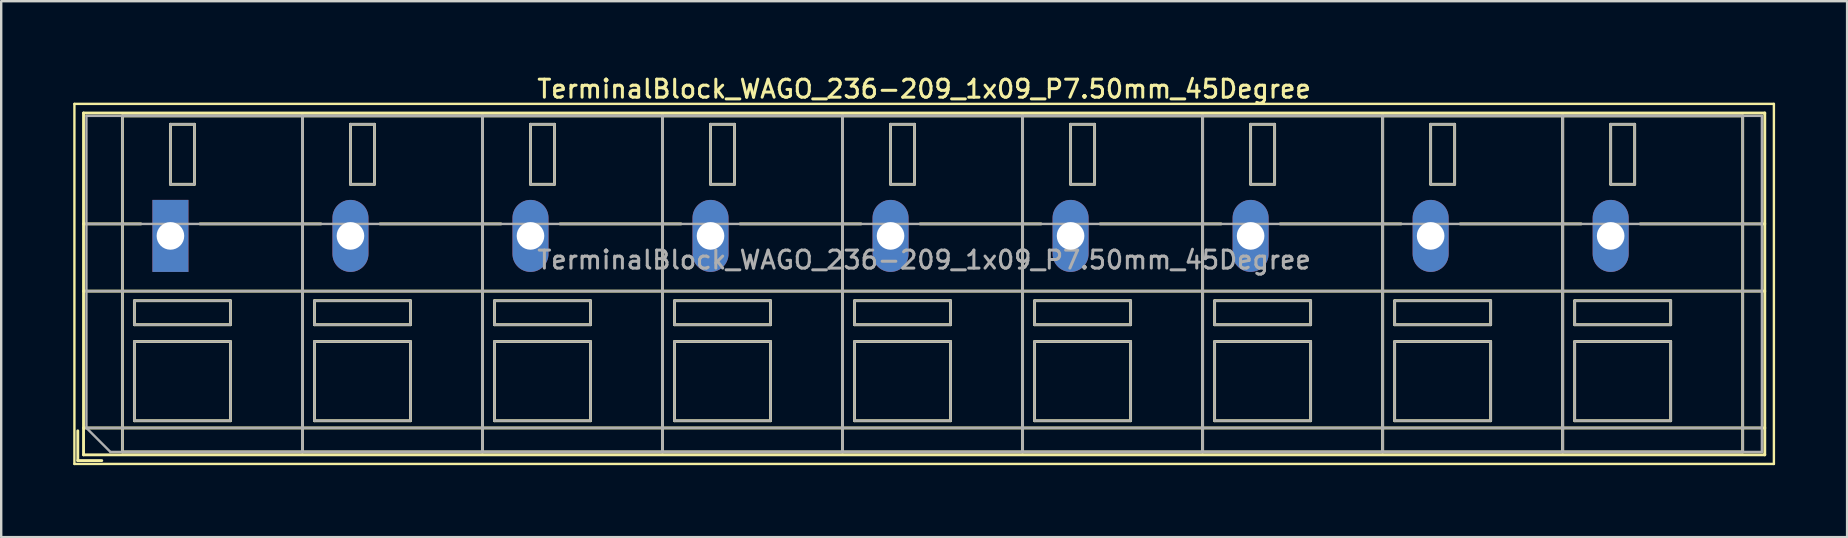
<source format=kicad_pcb>
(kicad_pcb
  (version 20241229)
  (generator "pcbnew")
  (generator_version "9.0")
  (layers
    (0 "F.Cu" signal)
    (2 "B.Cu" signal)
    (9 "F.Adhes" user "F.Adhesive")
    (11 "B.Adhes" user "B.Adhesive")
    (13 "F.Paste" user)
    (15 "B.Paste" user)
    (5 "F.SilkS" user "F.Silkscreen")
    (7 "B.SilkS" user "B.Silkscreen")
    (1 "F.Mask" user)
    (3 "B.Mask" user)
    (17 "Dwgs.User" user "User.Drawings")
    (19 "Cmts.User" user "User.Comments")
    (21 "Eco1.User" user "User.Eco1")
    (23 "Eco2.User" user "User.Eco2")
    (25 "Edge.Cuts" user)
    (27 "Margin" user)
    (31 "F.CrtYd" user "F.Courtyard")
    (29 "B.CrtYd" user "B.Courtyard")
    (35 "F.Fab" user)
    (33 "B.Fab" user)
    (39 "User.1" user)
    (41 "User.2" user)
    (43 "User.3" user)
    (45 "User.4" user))
  (footprint "TerminalBlock_WAGO_236-209_1x09_P7.50mm_45Degree"
    (layer "F.Cu")
    (at 4.05 6.778)
    (property "Reference" "TerminalBlock_WAGO_236-209_1x09_P7.50mm_45Degree" (at 31.4 -6.12 0) (layer "F.SilkS") (effects (font (size 0.75 0.75) (thickness 0.125))))
    (attr through_hole)
    (fp_line (start -4 -5.5) (end -4 9.5) (stroke (width 0.1) (type solid)) (layer "F.SilkS"))
    (fp_line (start -4 9.5) (end 66.8 9.5) (stroke (width 0.1) (type solid)) (layer "F.SilkS"))
    (fp_line (start -3.86 8.12) (end -3.86 9.36) (stroke (width 0.12) (type solid)) (layer "F.SilkS"))
    (fp_line (start -3.86 9.36) (end -2.86 9.36) (stroke (width 0.12) (type solid)) (layer "F.SilkS"))
    (fp_line (start -3.62 -5.12) (end -3.62 9.12) (stroke (width 0.12) (type solid)) (layer "F.SilkS"))
    (fp_line (start -3.62 -5.12) (end 66.42 -5.12) (stroke (width 0.12) (type solid)) (layer "F.SilkS"))
    (fp_line (start -3.62 -0.5) (end -1.23 -0.5) (stroke (width 0.12) (type solid)) (layer "F.SilkS"))
    (fp_line (start -3.62 2.3) (end 66.42 2.3) (stroke (width 0.12) (type solid)) (layer "F.SilkS"))
    (fp_line (start -3.62 8) (end 66.42 8) (stroke (width 0.12) (type solid)) (layer "F.SilkS"))
    (fp_line (start -3.62 9.12) (end 66.42 9.12) (stroke (width 0.12) (type solid)) (layer "F.SilkS"))
    (fp_line (start -2 -5) (end -2 9) (stroke (width 0.12) (type solid)) (layer "F.SilkS"))
    (fp_line (start -2 -5) (end 5.5 -5) (stroke (width 0.12) (type solid)) (layer "F.SilkS"))
    (fp_line (start -2 9) (end 5.5 9) (stroke (width 0.12) (type solid)) (layer "F.SilkS"))
    (fp_line (start -1.5 2.7) (end -1.5 3.7) (stroke (width 0.12) (type solid)) (layer "F.SilkS"))
    (fp_line (start -1.5 2.7) (end 2.5 2.7) (stroke (width 0.12) (type solid)) (layer "F.SilkS"))
    (fp_line (start -1.5 3.7) (end 2.5 3.7) (stroke (width 0.12) (type solid)) (layer "F.SilkS"))
    (fp_line (start -1.5 4.4) (end -1.5 7.7) (stroke (width 0.12) (type solid)) (layer "F.SilkS"))
    (fp_line (start -1.5 4.4) (end 2.5 4.4) (stroke (width 0.12) (type solid)) (layer "F.SilkS"))
    (fp_line (start -1.5 7.7) (end 2.5 7.7) (stroke (width 0.12) (type solid)) (layer "F.SilkS"))
    (fp_line (start 0 -4.65) (end 0 -2.151) (stroke (width 0.12) (type solid)) (layer "F.SilkS"))
    (fp_line (start 0 -4.65) (end 1 -4.65) (stroke (width 0.12) (type solid)) (layer "F.SilkS"))
    (fp_line (start 0 -2.151) (end 1 -2.151) (stroke (width 0.12) (type solid)) (layer "F.SilkS"))
    (fp_line (start 1 -4.65) (end 1 -2.151) (stroke (width 0.12) (type solid)) (layer "F.SilkS"))
    (fp_line (start 1.23 -0.5) (end 6.27 -0.5) (stroke (width 0.12) (type solid)) (layer "F.SilkS"))
    (fp_line (start 2.5 2.7) (end 2.5 3.7) (stroke (width 0.12) (type solid)) (layer "F.SilkS"))
    (fp_line (start 2.5 4.4) (end 2.5 7.7) (stroke (width 0.12) (type solid)) (layer "F.SilkS"))
    (fp_line (start 5.5 -5) (end 5.5 9) (stroke (width 0.12) (type solid)) (layer "F.SilkS"))
    (fp_line (start 5.5 -5) (end 5.5 9) (stroke (width 0.12) (type solid)) (layer "F.SilkS"))
    (fp_line (start 5.5 -5) (end 13 -5) (stroke (width 0.12) (type solid)) (layer "F.SilkS"))
    (fp_line (start 5.5 9) (end 13 9) (stroke (width 0.12) (type solid)) (layer "F.SilkS"))
    (fp_line (start 6 2.7) (end 6 3.7) (stroke (width 0.12) (type solid)) (layer "F.SilkS"))
    (fp_line (start 6 2.7) (end 10 2.7) (stroke (width 0.12) (type solid)) (layer "F.SilkS"))
    (fp_line (start 6 3.7) (end 10 3.7) (stroke (width 0.12) (type solid)) (layer "F.SilkS"))
    (fp_line (start 6 4.4) (end 6 7.7) (stroke (width 0.12) (type solid)) (layer "F.SilkS"))
    (fp_line (start 6 4.4) (end 10 4.4) (stroke (width 0.12) (type solid)) (layer "F.SilkS"))
    (fp_line (start 6 7.7) (end 10 7.7) (stroke (width 0.12) (type solid)) (layer "F.SilkS"))
    (fp_line (start 7.5 -4.65) (end 7.5 -2.151) (stroke (width 0.12) (type solid)) (layer "F.SilkS"))
    (fp_line (start 7.5 -4.65) (end 8.5 -4.65) (stroke (width 0.12) (type solid)) (layer "F.SilkS"))
    (fp_line (start 7.5 -2.151) (end 8.5 -2.151) (stroke (width 0.12) (type solid)) (layer "F.SilkS"))
    (fp_line (start 8.5 -4.65) (end 8.5 -2.151) (stroke (width 0.12) (type solid)) (layer "F.SilkS"))
    (fp_line (start 8.73 -0.5) (end 13.77 -0.5) (stroke (width 0.12) (type solid)) (layer "F.SilkS"))
    (fp_line (start 10 2.7) (end 10 3.7) (stroke (width 0.12) (type solid)) (layer "F.SilkS"))
    (fp_line (start 10 4.4) (end 10 7.7) (stroke (width 0.12) (type solid)) (layer "F.SilkS"))
    (fp_line (start 13 -5) (end 13 9) (stroke (width 0.12) (type solid)) (layer "F.SilkS"))
    (fp_line (start 13 -5) (end 13 9) (stroke (width 0.12) (type solid)) (layer "F.SilkS"))
    (fp_line (start 13 -5) (end 20.5 -5) (stroke (width 0.12) (type solid)) (layer "F.SilkS"))
    (fp_line (start 13 9) (end 20.5 9) (stroke (width 0.12) (type solid)) (layer "F.SilkS"))
    (fp_line (start 13.5 2.7) (end 13.5 3.7) (stroke (width 0.12) (type solid)) (layer "F.SilkS"))
    (fp_line (start 13.5 2.7) (end 17.5 2.7) (stroke (width 0.12) (type solid)) (layer "F.SilkS"))
    (fp_line (start 13.5 3.7) (end 17.5 3.7) (stroke (width 0.12) (type solid)) (layer "F.SilkS"))
    (fp_line (start 13.5 4.4) (end 13.5 7.7) (stroke (width 0.12) (type solid)) (layer "F.SilkS"))
    (fp_line (start 13.5 4.4) (end 17.5 4.4) (stroke (width 0.12) (type solid)) (layer "F.SilkS"))
    (fp_line (start 13.5 7.7) (end 17.5 7.7) (stroke (width 0.12) (type solid)) (layer "F.SilkS"))
    (fp_line (start 15 -4.65) (end 15 -2.151) (stroke (width 0.12) (type solid)) (layer "F.SilkS"))
    (fp_line (start 15 -4.65) (end 16 -4.65) (stroke (width 0.12) (type solid)) (layer "F.SilkS"))
    (fp_line (start 15 -2.151) (end 16 -2.151) (stroke (width 0.12) (type solid)) (layer "F.SilkS"))
    (fp_line (start 16 -4.65) (end 16 -2.151) (stroke (width 0.12) (type solid)) (layer "F.SilkS"))
    (fp_line (start 16.23 -0.5) (end 21.27 -0.5) (stroke (width 0.12) (type solid)) (layer "F.SilkS"))
    (fp_line (start 17.5 2.7) (end 17.5 3.7) (stroke (width 0.12) (type solid)) (layer "F.SilkS"))
    (fp_line (start 17.5 4.4) (end 17.5 7.7) (stroke (width 0.12) (type solid)) (layer "F.SilkS"))
    (fp_line (start 20.5 -5) (end 20.5 9) (stroke (width 0.12) (type solid)) (layer "F.SilkS"))
    (fp_line (start 20.5 -5) (end 20.5 9) (stroke (width 0.12) (type solid)) (layer "F.SilkS"))
    (fp_line (start 20.5 -5) (end 28 -5) (stroke (width 0.12) (type solid)) (layer "F.SilkS"))
    (fp_line (start 20.5 9) (end 28 9) (stroke (width 0.12) (type solid)) (layer "F.SilkS"))
    (fp_line (start 21 2.7) (end 21 3.7) (stroke (width 0.12) (type solid)) (layer "F.SilkS"))
    (fp_line (start 21 2.7) (end 25 2.7) (stroke (width 0.12) (type solid)) (layer "F.SilkS"))
    (fp_line (start 21 3.7) (end 25 3.7) (stroke (width 0.12) (type solid)) (layer "F.SilkS"))
    (fp_line (start 21 4.4) (end 21 7.7) (stroke (width 0.12) (type solid)) (layer "F.SilkS"))
    (fp_line (start 21 4.4) (end 25 4.4) (stroke (width 0.12) (type solid)) (layer "F.SilkS"))
    (fp_line (start 21 7.7) (end 25 7.7) (stroke (width 0.12) (type solid)) (layer "F.SilkS"))
    (fp_line (start 22.5 -4.65) (end 22.5 -2.151) (stroke (width 0.12) (type solid)) (layer "F.SilkS"))
    (fp_line (start 22.5 -4.65) (end 23.5 -4.65) (stroke (width 0.12) (type solid)) (layer "F.SilkS"))
    (fp_line (start 22.5 -2.151) (end 23.5 -2.151) (stroke (width 0.12) (type solid)) (layer "F.SilkS"))
    (fp_line (start 23.5 -4.65) (end 23.5 -2.151) (stroke (width 0.12) (type solid)) (layer "F.SilkS"))
    (fp_line (start 23.73 -0.5) (end 28.77 -0.5) (stroke (width 0.12) (type solid)) (layer "F.SilkS"))
    (fp_line (start 25 2.7) (end 25 3.7) (stroke (width 0.12) (type solid)) (layer "F.SilkS"))
    (fp_line (start 25 4.4) (end 25 7.7) (stroke (width 0.12) (type solid)) (layer "F.SilkS"))
    (fp_line (start 28 -5) (end 28 9) (stroke (width 0.12) (type solid)) (layer "F.SilkS"))
    (fp_line (start 28 -5) (end 28 9) (stroke (width 0.12) (type solid)) (layer "F.SilkS"))
    (fp_line (start 28 -5) (end 35.5 -5) (stroke (width 0.12) (type solid)) (layer "F.SilkS"))
    (fp_line (start 28 9) (end 35.5 9) (stroke (width 0.12) (type solid)) (layer "F.SilkS"))
    (fp_line (start 28.5 2.7) (end 28.5 3.7) (stroke (width 0.12) (type solid)) (layer "F.SilkS"))
    (fp_line (start 28.5 2.7) (end 32.5 2.7) (stroke (width 0.12) (type solid)) (layer "F.SilkS"))
    (fp_line (start 28.5 3.7) (end 32.5 3.7) (stroke (width 0.12) (type solid)) (layer "F.SilkS"))
    (fp_line (start 28.5 4.4) (end 28.5 7.7) (stroke (width 0.12) (type solid)) (layer "F.SilkS"))
    (fp_line (start 28.5 4.4) (end 32.5 4.4) (stroke (width 0.12) (type solid)) (layer "F.SilkS"))
    (fp_line (start 28.5 7.7) (end 32.5 7.7) (stroke (width 0.12) (type solid)) (layer "F.SilkS"))
    (fp_line (start 30 -4.65) (end 30 -2.151) (stroke (width 0.12) (type solid)) (layer "F.SilkS"))
    (fp_line (start 30 -4.65) (end 31 -4.65) (stroke (width 0.12) (type solid)) (layer "F.SilkS"))
    (fp_line (start 30 -2.151) (end 31 -2.151) (stroke (width 0.12) (type solid)) (layer "F.SilkS"))
    (fp_line (start 31 -4.65) (end 31 -2.151) (stroke (width 0.12) (type solid)) (layer "F.SilkS"))
    (fp_line (start 31.23 -0.5) (end 36.27 -0.5) (stroke (width 0.12) (type solid)) (layer "F.SilkS"))
    (fp_line (start 32.5 2.7) (end 32.5 3.7) (stroke (width 0.12) (type solid)) (layer "F.SilkS"))
    (fp_line (start 32.5 4.4) (end 32.5 7.7) (stroke (width 0.12) (type solid)) (layer "F.SilkS"))
    (fp_line (start 35.5 -5) (end 35.5 9) (stroke (width 0.12) (type solid)) (layer "F.SilkS"))
    (fp_line (start 35.5 -5) (end 35.5 9) (stroke (width 0.12) (type solid)) (layer "F.SilkS"))
    (fp_line (start 35.5 -5) (end 43 -5) (stroke (width 0.12) (type solid)) (layer "F.SilkS"))
    (fp_line (start 35.5 9) (end 43 9) (stroke (width 0.12) (type solid)) (layer "F.SilkS"))
    (fp_line (start 36 2.7) (end 36 3.7) (stroke (width 0.12) (type solid)) (layer "F.SilkS"))
    (fp_line (start 36 2.7) (end 40 2.7) (stroke (width 0.12) (type solid)) (layer "F.SilkS"))
    (fp_line (start 36 3.7) (end 40 3.7) (stroke (width 0.12) (type solid)) (layer "F.SilkS"))
    (fp_line (start 36 4.4) (end 36 7.7) (stroke (width 0.12) (type solid)) (layer "F.SilkS"))
    (fp_line (start 36 4.4) (end 40 4.4) (stroke (width 0.12) (type solid)) (layer "F.SilkS"))
    (fp_line (start 36 7.7) (end 40 7.7) (stroke (width 0.12) (type solid)) (layer "F.SilkS"))
    (fp_line (start 37.5 -4.65) (end 37.5 -2.151) (stroke (width 0.12) (type solid)) (layer "F.SilkS"))
    (fp_line (start 37.5 -4.65) (end 38.5 -4.65) (stroke (width 0.12) (type solid)) (layer "F.SilkS"))
    (fp_line (start 37.5 -2.151) (end 38.5 -2.151) (stroke (width 0.12) (type solid)) (layer "F.SilkS"))
    (fp_line (start 38.5 -4.65) (end 38.5 -2.151) (stroke (width 0.12) (type solid)) (layer "F.SilkS"))
    (fp_line (start 38.73 -0.5) (end 43.77 -0.5) (stroke (width 0.12) (type solid)) (layer "F.SilkS"))
    (fp_line (start 40 2.7) (end 40 3.7) (stroke (width 0.12) (type solid)) (layer "F.SilkS"))
    (fp_line (start 40 4.4) (end 40 7.7) (stroke (width 0.12) (type solid)) (layer "F.SilkS"))
    (fp_line (start 43 -5) (end 43 9) (stroke (width 0.12) (type solid)) (layer "F.SilkS"))
    (fp_line (start 43 -5) (end 43 9) (stroke (width 0.12) (type solid)) (layer "F.SilkS"))
    (fp_line (start 43 -5) (end 50.5 -5) (stroke (width 0.12) (type solid)) (layer "F.SilkS"))
    (fp_line (start 43 9) (end 50.5 9) (stroke (width 0.12) (type solid)) (layer "F.SilkS"))
    (fp_line (start 43.5 2.7) (end 43.5 3.7) (stroke (width 0.12) (type solid)) (layer "F.SilkS"))
    (fp_line (start 43.5 2.7) (end 47.5 2.7) (stroke (width 0.12) (type solid)) (layer "F.SilkS"))
    (fp_line (start 43.5 3.7) (end 47.5 3.7) (stroke (width 0.12) (type solid)) (layer "F.SilkS"))
    (fp_line (start 43.5 4.4) (end 43.5 7.7) (stroke (width 0.12) (type solid)) (layer "F.SilkS"))
    (fp_line (start 43.5 4.4) (end 47.5 4.4) (stroke (width 0.12) (type solid)) (layer "F.SilkS"))
    (fp_line (start 43.5 7.7) (end 47.5 7.7) (stroke (width 0.12) (type solid)) (layer "F.SilkS"))
    (fp_line (start 45 -4.65) (end 45 -2.151) (stroke (width 0.12) (type solid)) (layer "F.SilkS"))
    (fp_line (start 45 -4.65) (end 46 -4.65) (stroke (width 0.12) (type solid)) (layer "F.SilkS"))
    (fp_line (start 45 -2.151) (end 46 -2.151) (stroke (width 0.12) (type solid)) (layer "F.SilkS"))
    (fp_line (start 46 -4.65) (end 46 -2.151) (stroke (width 0.12) (type solid)) (layer "F.SilkS"))
    (fp_line (start 46.23 -0.5) (end 51.27 -0.5) (stroke (width 0.12) (type solid)) (layer "F.SilkS"))
    (fp_line (start 47.5 2.7) (end 47.5 3.7) (stroke (width 0.12) (type solid)) (layer "F.SilkS"))
    (fp_line (start 47.5 4.4) (end 47.5 7.7) (stroke (width 0.12) (type solid)) (layer "F.SilkS"))
    (fp_line (start 50.5 -5) (end 50.5 9) (stroke (width 0.12) (type solid)) (layer "F.SilkS"))
    (fp_line (start 50.5 -5) (end 50.5 9) (stroke (width 0.12) (type solid)) (layer "F.SilkS"))
    (fp_line (start 50.5 -5) (end 58 -5) (stroke (width 0.12) (type solid)) (layer "F.SilkS"))
    (fp_line (start 50.5 9) (end 58 9) (stroke (width 0.12) (type solid)) (layer "F.SilkS"))
    (fp_line (start 51 2.7) (end 51 3.7) (stroke (width 0.12) (type solid)) (layer "F.SilkS"))
    (fp_line (start 51 2.7) (end 55 2.7) (stroke (width 0.12) (type solid)) (layer "F.SilkS"))
    (fp_line (start 51 3.7) (end 55 3.7) (stroke (width 0.12) (type solid)) (layer "F.SilkS"))
    (fp_line (start 51 4.4) (end 51 7.7) (stroke (width 0.12) (type solid)) (layer "F.SilkS"))
    (fp_line (start 51 4.4) (end 55 4.4) (stroke (width 0.12) (type solid)) (layer "F.SilkS"))
    (fp_line (start 51 7.7) (end 55 7.7) (stroke (width 0.12) (type solid)) (layer "F.SilkS"))
    (fp_line (start 52.5 -4.65) (end 52.5 -2.151) (stroke (width 0.12) (type solid)) (layer "F.SilkS"))
    (fp_line (start 52.5 -4.65) (end 53.5 -4.65) (stroke (width 0.12) (type solid)) (layer "F.SilkS"))
    (fp_line (start 52.5 -2.151) (end 53.5 -2.151) (stroke (width 0.12) (type solid)) (layer "F.SilkS"))
    (fp_line (start 53.5 -4.65) (end 53.5 -2.151) (stroke (width 0.12) (type solid)) (layer "F.SilkS"))
    (fp_line (start 53.73 -0.5) (end 58.77 -0.5) (stroke (width 0.12) (type solid)) (layer "F.SilkS"))
    (fp_line (start 55 2.7) (end 55 3.7) (stroke (width 0.12) (type solid)) (layer "F.SilkS"))
    (fp_line (start 55 4.4) (end 55 7.7) (stroke (width 0.12) (type solid)) (layer "F.SilkS"))
    (fp_line (start 58 -5) (end 58 9) (stroke (width 0.12) (type solid)) (layer "F.SilkS"))
    (fp_line (start 58 -5) (end 58 9) (stroke (width 0.12) (type solid)) (layer "F.SilkS"))
    (fp_line (start 58 -5) (end 65.5 -5) (stroke (width 0.12) (type solid)) (layer "F.SilkS"))
    (fp_line (start 58 9) (end 65.5 9) (stroke (width 0.12) (type solid)) (layer "F.SilkS"))
    (fp_line (start 58.5 2.7) (end 58.5 3.7) (stroke (width 0.12) (type solid)) (layer "F.SilkS"))
    (fp_line (start 58.5 2.7) (end 62.5 2.7) (stroke (width 0.12) (type solid)) (layer "F.SilkS"))
    (fp_line (start 58.5 3.7) (end 62.5 3.7) (stroke (width 0.12) (type solid)) (layer "F.SilkS"))
    (fp_line (start 58.5 4.4) (end 58.5 7.7) (stroke (width 0.12) (type solid)) (layer "F.SilkS"))
    (fp_line (start 58.5 4.4) (end 62.5 4.4) (stroke (width 0.12) (type solid)) (layer "F.SilkS"))
    (fp_line (start 58.5 7.7) (end 62.5 7.7) (stroke (width 0.12) (type solid)) (layer "F.SilkS"))
    (fp_line (start 60 -4.65) (end 60 -2.151) (stroke (width 0.12) (type solid)) (layer "F.SilkS"))
    (fp_line (start 60 -4.65) (end 61 -4.65) (stroke (width 0.12) (type solid)) (layer "F.SilkS"))
    (fp_line (start 60 -2.151) (end 61 -2.151) (stroke (width 0.12) (type solid)) (layer "F.SilkS"))
    (fp_line (start 61 -4.65) (end 61 -2.151) (stroke (width 0.12) (type solid)) (layer "F.SilkS"))
    (fp_line (start 61.23 -0.5) (end 66.42 -0.5) (stroke (width 0.12) (type solid)) (layer "F.SilkS"))
    (fp_line (start 62.5 2.7) (end 62.5 3.7) (stroke (width 0.12) (type solid)) (layer "F.SilkS"))
    (fp_line (start 62.5 4.4) (end 62.5 7.7) (stroke (width 0.12) (type solid)) (layer "F.SilkS"))
    (fp_line (start 65.5 -5) (end 65.5 9) (stroke (width 0.12) (type solid)) (layer "F.SilkS"))
    (fp_line (start 66.42 -5.12) (end 66.42 9.12) (stroke (width 0.12) (type solid)) (layer "F.SilkS"))
    (fp_line (start 66.8 -5.5) (end -4 -5.5) (stroke (width 0.1) (type solid)) (layer "F.SilkS"))
    (fp_line (start 66.8 9.5) (end 66.8 -5.5) (stroke (width 0.1) (type solid)) (layer "F.SilkS"))
    (fp_line (start -3.5 -5) (end 66.3 -5) (stroke (width 0.1) (type solid)) (layer "F.Fab"))
    (fp_line (start -3.5 -0.5) (end 66.3 -0.5) (stroke (width 0.1) (type solid)) (layer "F.Fab"))
    (fp_line (start -3.5 2.3) (end 66.3 2.3) (stroke (width 0.1) (type solid)) (layer "F.Fab"))
    (fp_line (start -3.5 8) (end -3.5 -5) (stroke (width 0.1) (type solid)) (layer "F.Fab"))
    (fp_line (start -3.5 8) (end 66.3 8) (stroke (width 0.1) (type solid)) (layer "F.Fab"))
    (fp_line (start -2.5 9) (end -3.5 8) (stroke (width 0.1) (type solid)) (layer "F.Fab"))
    (fp_line (start -2 -5) (end -2 9) (stroke (width 0.1) (type solid)) (layer "F.Fab"))
    (fp_line (start -2 9) (end 5.5 9) (stroke (width 0.1) (type solid)) (layer "F.Fab"))
    (fp_line (start -1.5 2.7) (end -1.5 3.7) (stroke (width 0.1) (type solid)) (layer "F.Fab"))
    (fp_line (start -1.5 3.7) (end 2.5 3.7) (stroke (width 0.1) (type solid)) (layer "F.Fab"))
    (fp_line (start -1.5 4.4) (end -1.5 7.7) (stroke (width 0.1) (type solid)) (layer "F.Fab"))
    (fp_line (start -1.5 7.7) (end 2.5 7.7) (stroke (width 0.1) (type solid)) (layer "F.Fab"))
    (fp_line (start 0 -4.65) (end 0 -2.15) (stroke (width 0.1) (type solid)) (layer "F.Fab"))
    (fp_line (start 0 -2.15) (end 1 -2.15) (stroke (width 0.1) (type solid)) (layer "F.Fab"))
    (fp_line (start 1 -4.65) (end 0 -4.65) (stroke (width 0.1) (type solid)) (layer "F.Fab"))
    (fp_line (start 1 -2.15) (end 1 -4.65) (stroke (width 0.1) (type solid)) (layer "F.Fab"))
    (fp_line (start 2.5 2.7) (end -1.5 2.7) (stroke (width 0.1) (type solid)) (layer "F.Fab"))
    (fp_line (start 2.5 3.7) (end 2.5 2.7) (stroke (width 0.1) (type solid)) (layer "F.Fab"))
    (fp_line (start 2.5 4.4) (end -1.5 4.4) (stroke (width 0.1) (type solid)) (layer "F.Fab"))
    (fp_line (start 2.5 7.7) (end 2.5 4.4) (stroke (width 0.1) (type solid)) (layer "F.Fab"))
    (fp_line (start 5.5 -5) (end -2 -5) (stroke (width 0.1) (type solid)) (layer "F.Fab"))
    (fp_line (start 5.5 -5) (end 5.5 9) (stroke (width 0.1) (type solid)) (layer "F.Fab"))
    (fp_line (start 5.5 9) (end 5.5 -5) (stroke (width 0.1) (type solid)) (layer "F.Fab"))
    (fp_line (start 5.5 9) (end 13 9) (stroke (width 0.1) (type solid)) (layer "F.Fab"))
    (fp_line (start 6 2.7) (end 6 3.7) (stroke (width 0.1) (type solid)) (layer "F.Fab"))
    (fp_line (start 6 3.7) (end 10 3.7) (stroke (width 0.1) (type solid)) (layer "F.Fab"))
    (fp_line (start 6 4.4) (end 6 7.7) (stroke (width 0.1) (type solid)) (layer "F.Fab"))
    (fp_line (start 6 7.7) (end 10 7.7) (stroke (width 0.1) (type solid)) (layer "F.Fab"))
    (fp_line (start 7.5 -4.65) (end 7.5 -2.15) (stroke (width 0.1) (type solid)) (layer "F.Fab"))
    (fp_line (start 7.5 -2.15) (end 8.5 -2.15) (stroke (width 0.1) (type solid)) (layer "F.Fab"))
    (fp_line (start 8.5 -4.65) (end 7.5 -4.65) (stroke (width 0.1) (type solid)) (layer "F.Fab"))
    (fp_line (start 8.5 -2.15) (end 8.5 -4.65) (stroke (width 0.1) (type solid)) (layer "F.Fab"))
    (fp_line (start 10 2.7) (end 6 2.7) (stroke (width 0.1) (type solid)) (layer "F.Fab"))
    (fp_line (start 10 3.7) (end 10 2.7) (stroke (width 0.1) (type solid)) (layer "F.Fab"))
    (fp_line (start 10 4.4) (end 6 4.4) (stroke (width 0.1) (type solid)) (layer "F.Fab"))
    (fp_line (start 10 7.7) (end 10 4.4) (stroke (width 0.1) (type solid)) (layer "F.Fab"))
    (fp_line (start 13 -5) (end 5.5 -5) (stroke (width 0.1) (type solid)) (layer "F.Fab"))
    (fp_line (start 13 -5) (end 13 9) (stroke (width 0.1) (type solid)) (layer "F.Fab"))
    (fp_line (start 13 9) (end 13 -5) (stroke (width 0.1) (type solid)) (layer "F.Fab"))
    (fp_line (start 13 9) (end 20.5 9) (stroke (width 0.1) (type solid)) (layer "F.Fab"))
    (fp_line (start 13.5 2.7) (end 13.5 3.7) (stroke (width 0.1) (type solid)) (layer "F.Fab"))
    (fp_line (start 13.5 3.7) (end 17.5 3.7) (stroke (width 0.1) (type solid)) (layer "F.Fab"))
    (fp_line (start 13.5 4.4) (end 13.5 7.7) (stroke (width 0.1) (type solid)) (layer "F.Fab"))
    (fp_line (start 13.5 7.7) (end 17.5 7.7) (stroke (width 0.1) (type solid)) (layer "F.Fab"))
    (fp_line (start 15 -4.65) (end 15 -2.15) (stroke (width 0.1) (type solid)) (layer "F.Fab"))
    (fp_line (start 15 -2.15) (end 16 -2.15) (stroke (width 0.1) (type solid)) (layer "F.Fab"))
    (fp_line (start 16 -4.65) (end 15 -4.65) (stroke (width 0.1) (type solid)) (layer "F.Fab"))
    (fp_line (start 16 -2.15) (end 16 -4.65) (stroke (width 0.1) (type solid)) (layer "F.Fab"))
    (fp_line (start 17.5 2.7) (end 13.5 2.7) (stroke (width 0.1) (type solid)) (layer "F.Fab"))
    (fp_line (start 17.5 3.7) (end 17.5 2.7) (stroke (width 0.1) (type solid)) (layer "F.Fab"))
    (fp_line (start 17.5 4.4) (end 13.5 4.4) (stroke (width 0.1) (type solid)) (layer "F.Fab"))
    (fp_line (start 17.5 7.7) (end 17.5 4.4) (stroke (width 0.1) (type solid)) (layer "F.Fab"))
    (fp_line (start 20.5 -5) (end 13 -5) (stroke (width 0.1) (type solid)) (layer "F.Fab"))
    (fp_line (start 20.5 -5) (end 20.5 9) (stroke (width 0.1) (type solid)) (layer "F.Fab"))
    (fp_line (start 20.5 9) (end 20.5 -5) (stroke (width 0.1) (type solid)) (layer "F.Fab"))
    (fp_line (start 20.5 9) (end 28 9) (stroke (width 0.1) (type solid)) (layer "F.Fab"))
    (fp_line (start 21 2.7) (end 21 3.7) (stroke (width 0.1) (type solid)) (layer "F.Fab"))
    (fp_line (start 21 3.7) (end 25 3.7) (stroke (width 0.1) (type solid)) (layer "F.Fab"))
    (fp_line (start 21 4.4) (end 21 7.7) (stroke (width 0.1) (type solid)) (layer "F.Fab"))
    (fp_line (start 21 7.7) (end 25 7.7) (stroke (width 0.1) (type solid)) (layer "F.Fab"))
    (fp_line (start 22.5 -4.65) (end 22.5 -2.15) (stroke (width 0.1) (type solid)) (layer "F.Fab"))
    (fp_line (start 22.5 -2.15) (end 23.5 -2.15) (stroke (width 0.1) (type solid)) (layer "F.Fab"))
    (fp_line (start 23.5 -4.65) (end 22.5 -4.65) (stroke (width 0.1) (type solid)) (layer "F.Fab"))
    (fp_line (start 23.5 -2.15) (end 23.5 -4.65) (stroke (width 0.1) (type solid)) (layer "F.Fab"))
    (fp_line (start 25 2.7) (end 21 2.7) (stroke (width 0.1) (type solid)) (layer "F.Fab"))
    (fp_line (start 25 3.7) (end 25 2.7) (stroke (width 0.1) (type solid)) (layer "F.Fab"))
    (fp_line (start 25 4.4) (end 21 4.4) (stroke (width 0.1) (type solid)) (layer "F.Fab"))
    (fp_line (start 25 7.7) (end 25 4.4) (stroke (width 0.1) (type solid)) (layer "F.Fab"))
    (fp_line (start 28 -5) (end 20.5 -5) (stroke (width 0.1) (type solid)) (layer "F.Fab"))
    (fp_line (start 28 -5) (end 28 9) (stroke (width 0.1) (type solid)) (layer "F.Fab"))
    (fp_line (start 28 9) (end 28 -5) (stroke (width 0.1) (type solid)) (layer "F.Fab"))
    (fp_line (start 28 9) (end 35.5 9) (stroke (width 0.1) (type solid)) (layer "F.Fab"))
    (fp_line (start 28.5 2.7) (end 28.5 3.7) (stroke (width 0.1) (type solid)) (layer "F.Fab"))
    (fp_line (start 28.5 3.7) (end 32.5 3.7) (stroke (width 0.1) (type solid)) (layer "F.Fab"))
    (fp_line (start 28.5 4.4) (end 28.5 7.7) (stroke (width 0.1) (type solid)) (layer "F.Fab"))
    (fp_line (start 28.5 7.7) (end 32.5 7.7) (stroke (width 0.1) (type solid)) (layer "F.Fab"))
    (fp_line (start 30 -4.65) (end 30 -2.15) (stroke (width 0.1) (type solid)) (layer "F.Fab"))
    (fp_line (start 30 -2.15) (end 31 -2.15) (stroke (width 0.1) (type solid)) (layer "F.Fab"))
    (fp_line (start 31 -4.65) (end 30 -4.65) (stroke (width 0.1) (type solid)) (layer "F.Fab"))
    (fp_line (start 31 -2.15) (end 31 -4.65) (stroke (width 0.1) (type solid)) (layer "F.Fab"))
    (fp_line (start 32.5 2.7) (end 28.5 2.7) (stroke (width 0.1) (type solid)) (layer "F.Fab"))
    (fp_line (start 32.5 3.7) (end 32.5 2.7) (stroke (width 0.1) (type solid)) (layer "F.Fab"))
    (fp_line (start 32.5 4.4) (end 28.5 4.4) (stroke (width 0.1) (type solid)) (layer "F.Fab"))
    (fp_line (start 32.5 7.7) (end 32.5 4.4) (stroke (width 0.1) (type solid)) (layer "F.Fab"))
    (fp_line (start 35.5 -5) (end 28 -5) (stroke (width 0.1) (type solid)) (layer "F.Fab"))
    (fp_line (start 35.5 -5) (end 35.5 9) (stroke (width 0.1) (type solid)) (layer "F.Fab"))
    (fp_line (start 35.5 9) (end 35.5 -5) (stroke (width 0.1) (type solid)) (layer "F.Fab"))
    (fp_line (start 35.5 9) (end 43 9) (stroke (width 0.1) (type solid)) (layer "F.Fab"))
    (fp_line (start 36 2.7) (end 36 3.7) (stroke (width 0.1) (type solid)) (layer "F.Fab"))
    (fp_line (start 36 3.7) (end 40 3.7) (stroke (width 0.1) (type solid)) (layer "F.Fab"))
    (fp_line (start 36 4.4) (end 36 7.7) (stroke (width 0.1) (type solid)) (layer "F.Fab"))
    (fp_line (start 36 7.7) (end 40 7.7) (stroke (width 0.1) (type solid)) (layer "F.Fab"))
    (fp_line (start 37.5 -4.65) (end 37.5 -2.15) (stroke (width 0.1) (type solid)) (layer "F.Fab"))
    (fp_line (start 37.5 -2.15) (end 38.5 -2.15) (stroke (width 0.1) (type solid)) (layer "F.Fab"))
    (fp_line (start 38.5 -4.65) (end 37.5 -4.65) (stroke (width 0.1) (type solid)) (layer "F.Fab"))
    (fp_line (start 38.5 -2.15) (end 38.5 -4.65) (stroke (width 0.1) (type solid)) (layer "F.Fab"))
    (fp_line (start 40 2.7) (end 36 2.7) (stroke (width 0.1) (type solid)) (layer "F.Fab"))
    (fp_line (start 40 3.7) (end 40 2.7) (stroke (width 0.1) (type solid)) (layer "F.Fab"))
    (fp_line (start 40 4.4) (end 36 4.4) (stroke (width 0.1) (type solid)) (layer "F.Fab"))
    (fp_line (start 40 7.7) (end 40 4.4) (stroke (width 0.1) (type solid)) (layer "F.Fab"))
    (fp_line (start 43 -5) (end 35.5 -5) (stroke (width 0.1) (type solid)) (layer "F.Fab"))
    (fp_line (start 43 -5) (end 43 9) (stroke (width 0.1) (type solid)) (layer "F.Fab"))
    (fp_line (start 43 9) (end 43 -5) (stroke (width 0.1) (type solid)) (layer "F.Fab"))
    (fp_line (start 43 9) (end 50.5 9) (stroke (width 0.1) (type solid)) (layer "F.Fab"))
    (fp_line (start 43.5 2.7) (end 43.5 3.7) (stroke (width 0.1) (type solid)) (layer "F.Fab"))
    (fp_line (start 43.5 3.7) (end 47.5 3.7) (stroke (width 0.1) (type solid)) (layer "F.Fab"))
    (fp_line (start 43.5 4.4) (end 43.5 7.7) (stroke (width 0.1) (type solid)) (layer "F.Fab"))
    (fp_line (start 43.5 7.7) (end 47.5 7.7) (stroke (width 0.1) (type solid)) (layer "F.Fab"))
    (fp_line (start 45 -4.65) (end 45 -2.15) (stroke (width 0.1) (type solid)) (layer "F.Fab"))
    (fp_line (start 45 -2.15) (end 46 -2.15) (stroke (width 0.1) (type solid)) (layer "F.Fab"))
    (fp_line (start 46 -4.65) (end 45 -4.65) (stroke (width 0.1) (type solid)) (layer "F.Fab"))
    (fp_line (start 46 -2.15) (end 46 -4.65) (stroke (width 0.1) (type solid)) (layer "F.Fab"))
    (fp_line (start 47.5 2.7) (end 43.5 2.7) (stroke (width 0.1) (type solid)) (layer "F.Fab"))
    (fp_line (start 47.5 3.7) (end 47.5 2.7) (stroke (width 0.1) (type solid)) (layer "F.Fab"))
    (fp_line (start 47.5 4.4) (end 43.5 4.4) (stroke (width 0.1) (type solid)) (layer "F.Fab"))
    (fp_line (start 47.5 7.7) (end 47.5 4.4) (stroke (width 0.1) (type solid)) (layer "F.Fab"))
    (fp_line (start 50.5 -5) (end 43 -5) (stroke (width 0.1) (type solid)) (layer "F.Fab"))
    (fp_line (start 50.5 -5) (end 50.5 9) (stroke (width 0.1) (type solid)) (layer "F.Fab"))
    (fp_line (start 50.5 9) (end 50.5 -5) (stroke (width 0.1) (type solid)) (layer "F.Fab"))
    (fp_line (start 50.5 9) (end 58 9) (stroke (width 0.1) (type solid)) (layer "F.Fab"))
    (fp_line (start 51 2.7) (end 51 3.7) (stroke (width 0.1) (type solid)) (layer "F.Fab"))
    (fp_line (start 51 3.7) (end 55 3.7) (stroke (width 0.1) (type solid)) (layer "F.Fab"))
    (fp_line (start 51 4.4) (end 51 7.7) (stroke (width 0.1) (type solid)) (layer "F.Fab"))
    (fp_line (start 51 7.7) (end 55 7.7) (stroke (width 0.1) (type solid)) (layer "F.Fab"))
    (fp_line (start 52.5 -4.65) (end 52.5 -2.15) (stroke (width 0.1) (type solid)) (layer "F.Fab"))
    (fp_line (start 52.5 -2.15) (end 53.5 -2.15) (stroke (width 0.1) (type solid)) (layer "F.Fab"))
    (fp_line (start 53.5 -4.65) (end 52.5 -4.65) (stroke (width 0.1) (type solid)) (layer "F.Fab"))
    (fp_line (start 53.5 -2.15) (end 53.5 -4.65) (stroke (width 0.1) (type solid)) (layer "F.Fab"))
    (fp_line (start 55 2.7) (end 51 2.7) (stroke (width 0.1) (type solid)) (layer "F.Fab"))
    (fp_line (start 55 3.7) (end 55 2.7) (stroke (width 0.1) (type solid)) (layer "F.Fab"))
    (fp_line (start 55 4.4) (end 51 4.4) (stroke (width 0.1) (type solid)) (layer "F.Fab"))
    (fp_line (start 55 7.7) (end 55 4.4) (stroke (width 0.1) (type solid)) (layer "F.Fab"))
    (fp_line (start 58 -5) (end 50.5 -5) (stroke (width 0.1) (type solid)) (layer "F.Fab"))
    (fp_line (start 58 -5) (end 58 9) (stroke (width 0.1) (type solid)) (layer "F.Fab"))
    (fp_line (start 58 9) (end 58 -5) (stroke (width 0.1) (type solid)) (layer "F.Fab"))
    (fp_line (start 58 9) (end 65.5 9) (stroke (width 0.1) (type solid)) (layer "F.Fab"))
    (fp_line (start 58.5 2.7) (end 58.5 3.7) (stroke (width 0.1) (type solid)) (layer "F.Fab"))
    (fp_line (start 58.5 3.7) (end 62.5 3.7) (stroke (width 0.1) (type solid)) (layer "F.Fab"))
    (fp_line (start 58.5 4.4) (end 58.5 7.7) (stroke (width 0.1) (type solid)) (layer "F.Fab"))
    (fp_line (start 58.5 7.7) (end 62.5 7.7) (stroke (width 0.1) (type solid)) (layer "F.Fab"))
    (fp_line (start 60 -4.65) (end 60 -2.15) (stroke (width 0.1) (type solid)) (layer "F.Fab"))
    (fp_line (start 60 -2.15) (end 61 -2.15) (stroke (width 0.1) (type solid)) (layer "F.Fab"))
    (fp_line (start 61 -4.65) (end 60 -4.65) (stroke (width 0.1) (type solid)) (layer "F.Fab"))
    (fp_line (start 61 -2.15) (end 61 -4.65) (stroke (width 0.1) (type solid)) (layer "F.Fab"))
    (fp_line (start 62.5 2.7) (end 58.5 2.7) (stroke (width 0.1) (type solid)) (layer "F.Fab"))
    (fp_line (start 62.5 3.7) (end 62.5 2.7) (stroke (width 0.1) (type solid)) (layer "F.Fab"))
    (fp_line (start 62.5 4.4) (end 58.5 4.4) (stroke (width 0.1) (type solid)) (layer "F.Fab"))
    (fp_line (start 62.5 7.7) (end 62.5 4.4) (stroke (width 0.1) (type solid)) (layer "F.Fab"))
    (fp_line (start 65.5 -5) (end 58 -5) (stroke (width 0.1) (type solid)) (layer "F.Fab"))
    (fp_line (start 65.5 9) (end 65.5 -5) (stroke (width 0.1) (type solid)) (layer "F.Fab"))
    (fp_line (start 66.3 -5) (end 66.3 9) (stroke (width 0.1) (type solid)) (layer "F.Fab"))
    (fp_line (start 66.3 9) (end -2.5 9) (stroke (width 0.1) (type solid)) (layer "F.Fab"))
    (fp_text user "${REFERENCE}" (at 31.4 1 0) (layer "F.Fab") (effects (font (size 0.75 0.75) (thickness 0.125))))
    (pad "1" thru_hole rect (at 0 0) (size 1.5 3) (drill 1.15) (layers "*.Cu" "*.Mask"))
    (pad "2" thru_hole oval (at 7.5 0) (size 1.5 3) (drill 1.15) (layers "*.Cu" "*.Mask"))
    (pad "3" thru_hole oval (at 15 0) (size 1.5 3) (drill 1.15) (layers "*.Cu" "*.Mask"))
    (pad "4" thru_hole oval (at 22.5 0) (size 1.5 3) (drill 1.15) (layers "*.Cu" "*.Mask"))
    (pad "5" thru_hole oval (at 30 0) (size 1.5 3) (drill 1.15) (layers "*.Cu" "*.Mask"))
    (pad "6" thru_hole oval (at 37.5 0) (size 1.5 3) (drill 1.15) (layers "*.Cu" "*.Mask"))
    (pad "7" thru_hole oval (at 45 0) (size 1.5 3) (drill 1.15) (layers "*.Cu" "*.Mask"))
    (pad "8" thru_hole oval (at 52.5 0) (size 1.5 3) (drill 1.15) (layers "*.Cu" "*.Mask"))
    (pad "9" thru_hole oval (at 60 0) (size 1.5 3) (drill 1.15) (layers "*.Cu" "*.Mask")))
  (gr_rect
    (start -3 -3)
    (end 73.9 19.328)
    (stroke (width 0.1) (type default))
    (fill no)
    (layer "Edge.Cuts")))
</source>
